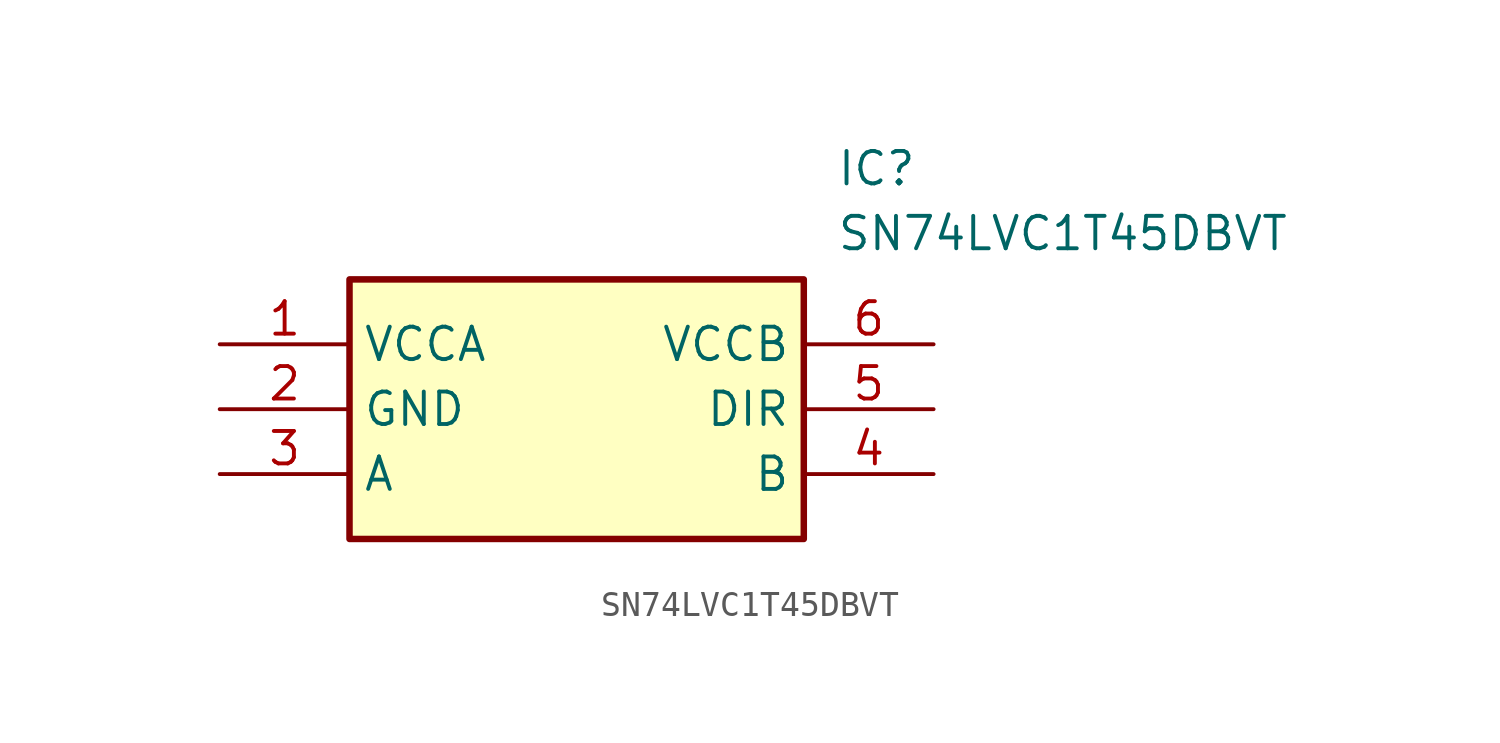
<source format=kicad_sym>
(kicad_symbol_lib
  (version 20211014)
  (generator SamacSys_ECAD_Model)
  (symbol "SN74LVC1T45DBVT"
    (property "Reference" "IC"
      (at 24.13 7.62 0)
      (effects (font (size 1.27 1.27)) (justify left top)))
    (property "Value" "SN74LVC1T45DBVT"
      (at 24.13 5.08 0)
      (effects (font (size 1.27 1.27)) (justify left top)))
    (rectangle
      (start 5.08 2.54)
      (end 22.86 -7.62)
      (stroke (width 0.254) (type default))
      (fill (type background)))
    (pin power_in line
      (at 0 0 0)
      (length 5.08)
      (name "VCCA" (effects (font (size 1.27 1.27))))
      (number "1" (effects (font (size 1.27 1.27)))))
    (pin power_in line
      (at 0 -2.54 0)
      (length 5.08)
      (name "GND" (effects (font (size 1.27 1.27))))
      (number "2" (effects (font (size 1.27 1.27)))))
    (pin passive line
      (at 0 -5.08 0)
      (length 5.08)
      (name "A" (effects (font (size 1.27 1.27))))
      (number "3" (effects (font (size 1.27 1.27)))))
    (pin power_in line
      (at 27.94 0 180)
      (length 5.08)
      (name "VCCB" (effects (font (size 1.27 1.27))))
      (number "6" (effects (font (size 1.27 1.27)))))
    (pin passive line
      (at 27.94 -2.54 180)
      (length 5.08)
      (name "DIR" (effects (font (size 1.27 1.27))))
      (number "5" (effects (font (size 1.27 1.27)))))
    (pin passive line
      (at 27.94 -5.08 180)
      (length 5.08)
      (name "B" (effects (font (size 1.27 1.27))))
      (number "4" (effects (font (size 1.27 1.27)))))))
</source>
